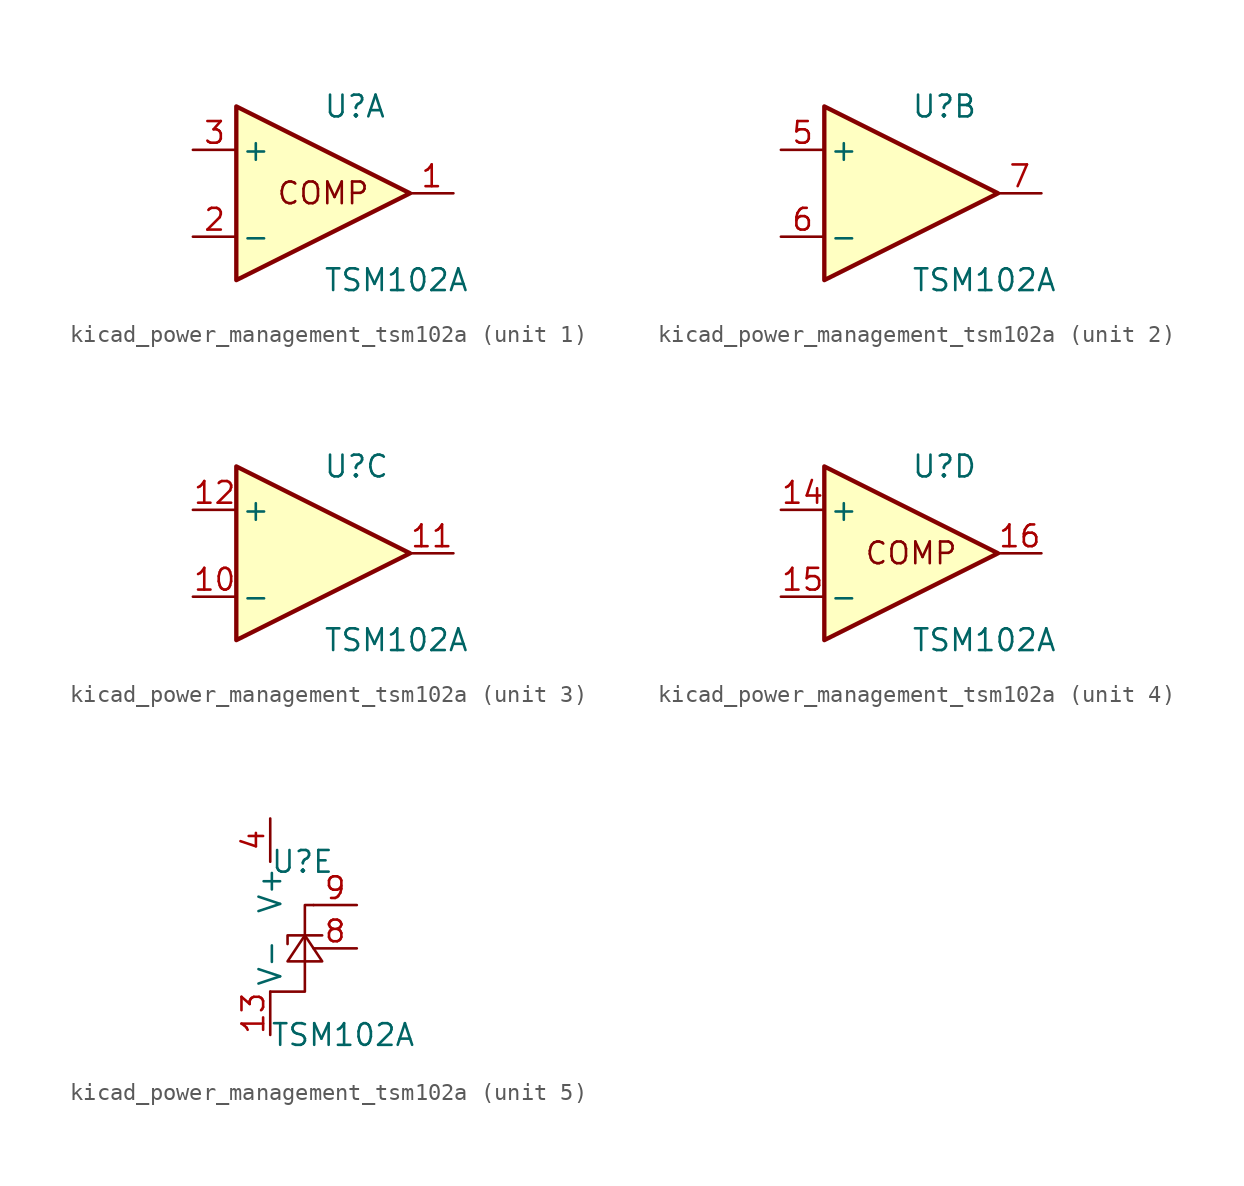
<source format=kicad_sym>
(kicad_symbol_lib
  (version 20220914)
  (generator kicad_symbol_editor)
  (symbol "kicad_power_management_tsm102a"
    (pin_names
      (offset 0.254))
    (property "Reference" "U"
      (at 0 5.08 0)
      (effects (font (size 1.27 1.27)) (justify left)))
    (property "Value" "TSM102A"
      (at 0 -5.08 0)
      (effects (font (size 1.27 1.27)) (justify left)))
    (symbol "kicad_power_management_tsm102a_1_0"
      (text "COMP" (at 0 0 0) (effects (font (size 1.27 1.27)))))
    (symbol "kicad_power_management_tsm102a_1_1"
      (polyline (pts (xy -5.08 5.08) (xy 5.08 0) (xy -5.08 -5.08) (xy -5.08 5.08)) (stroke (width 0.254) (type default)) (fill (type background)))
      (pin output line (at 7.62 0 180) (length 2.54) (name "~" (effects (font (size 1.27 1.27)))) (number "1" (effects (font (size 1.27 1.27)))))
      (pin input line (at -7.62 -2.54 0) (length 2.54) (name "-" (effects (font (size 1.27 1.27)))) (number "2" (effects (font (size 1.27 1.27)))))
      (pin input line (at -7.62 2.54 0) (length 2.54) (name "+" (effects (font (size 1.27 1.27)))) (number "3" (effects (font (size 1.27 1.27))))))
    (symbol "kicad_power_management_tsm102a_2_1"
      (polyline (pts (xy -5.08 5.08) (xy 5.08 0) (xy -5.08 -5.08) (xy -5.08 5.08)) (stroke (width 0.254) (type default)) (fill (type background)))
      (pin input line (at -7.62 2.54 0) (length 2.54) (name "+" (effects (font (size 1.27 1.27)))) (number "5" (effects (font (size 1.27 1.27)))))
      (pin input line (at -7.62 -2.54 0) (length 2.54) (name "-" (effects (font (size 1.27 1.27)))) (number "6" (effects (font (size 1.27 1.27)))))
      (pin output line (at 7.62 0 180) (length 2.54) (name "~" (effects (font (size 1.27 1.27)))) (number "7" (effects (font (size 1.27 1.27))))))
    (symbol "kicad_power_management_tsm102a_3_1"
      (polyline (pts (xy -5.08 5.08) (xy 5.08 0) (xy -5.08 -5.08) (xy -5.08 5.08)) (stroke (width 0.254) (type default)) (fill (type background)))
      (pin input line (at -7.62 -2.54 0) (length 2.54) (name "-" (effects (font (size 1.27 1.27)))) (number "10" (effects (font (size 1.27 1.27)))))
      (pin output line (at 7.62 0 180) (length 2.54) (name "~" (effects (font (size 1.27 1.27)))) (number "11" (effects (font (size 1.27 1.27)))))
      (pin input line (at -7.62 2.54 0) (length 2.54) (name "+" (effects (font (size 1.27 1.27)))) (number "12" (effects (font (size 1.27 1.27))))))
    (symbol "kicad_power_management_tsm102a_4_0"
      (text "COMP" (at 0 0 0) (effects (font (size 1.27 1.27)))))
    (symbol "kicad_power_management_tsm102a_4_1"
      (polyline (pts (xy -5.08 5.08) (xy 5.08 0) (xy -5.08 -5.08) (xy -5.08 5.08)) (stroke (width 0.254) (type default)) (fill (type background)))
      (pin input line (at -7.62 2.54 0) (length 2.54) (name "+" (effects (font (size 1.27 1.27)))) (number "14" (effects (font (size 1.27 1.27)))))
      (pin input line (at -7.62 -2.54 0) (length 2.54) (name "-" (effects (font (size 1.27 1.27)))) (number "15" (effects (font (size 1.27 1.27)))))
      (pin output line (at 7.62 0 180) (length 2.54) (name "~" (effects (font (size 1.27 1.27)))) (number "16" (effects (font (size 1.27 1.27))))))
    (symbol "kicad_power_management_tsm102a_5_1"
      (polyline (pts (xy 1.016 0.254) (xy 1.016 0.762) (xy 3.048 0.762)) (stroke (width 0) (type default)) (fill (type none)))
      (polyline (pts (xy 0 -2.54) (xy 2.032 -2.54) (xy 2.032 2.54) (xy 2.54 2.54)) (stroke (width 0) (type default)) (fill (type none)))
      (polyline (pts (xy 1.016 -0.762) (xy 2.032 0.762) (xy 3.048 -0.762) (xy 1.016 -0.762)) (stroke (width 0) (type default)) (fill (type none)))
      (pin power_in line (at 0 -5.08 90) (length 2.54) (name "V-" (effects (font (size 1.27 1.27)))) (number "13" (effects (font (size 1.27 1.27)))))
      (pin power_in line (at 0 7.62 270) (length 2.54) (name "V+" (effects (font (size 1.27 1.27)))) (number "4" (effects (font (size 1.27 1.27)))))
      (pin passive line (at 5.08 0 180) (length 2.54) (name "~" (effects (font (size 1.27 1.27)))) (number "8" (effects (font (size 1.27 1.27)))))
      (pin passive line (at 5.08 2.54 180) (length 2.54) (name "~" (effects (font (size 1.27 1.27)))) (number "9" (effects (font (size 1.27 1.27))))))))
</source>
